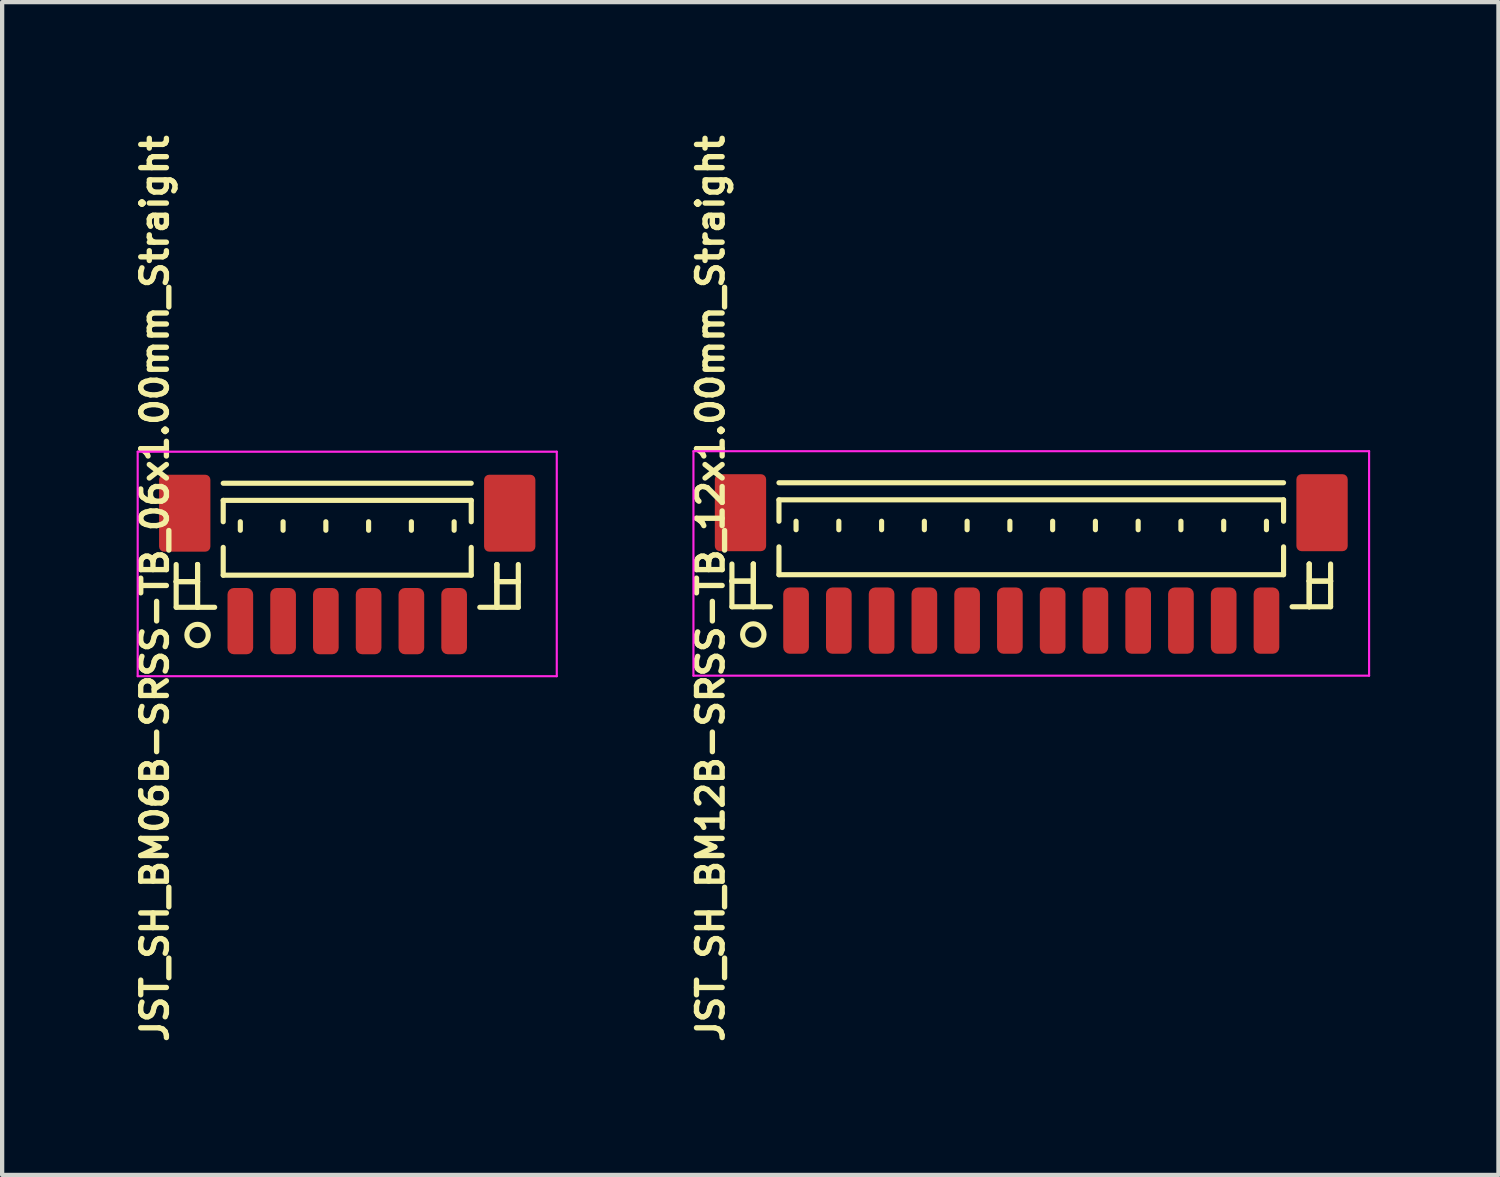
<source format=kicad_pcb>
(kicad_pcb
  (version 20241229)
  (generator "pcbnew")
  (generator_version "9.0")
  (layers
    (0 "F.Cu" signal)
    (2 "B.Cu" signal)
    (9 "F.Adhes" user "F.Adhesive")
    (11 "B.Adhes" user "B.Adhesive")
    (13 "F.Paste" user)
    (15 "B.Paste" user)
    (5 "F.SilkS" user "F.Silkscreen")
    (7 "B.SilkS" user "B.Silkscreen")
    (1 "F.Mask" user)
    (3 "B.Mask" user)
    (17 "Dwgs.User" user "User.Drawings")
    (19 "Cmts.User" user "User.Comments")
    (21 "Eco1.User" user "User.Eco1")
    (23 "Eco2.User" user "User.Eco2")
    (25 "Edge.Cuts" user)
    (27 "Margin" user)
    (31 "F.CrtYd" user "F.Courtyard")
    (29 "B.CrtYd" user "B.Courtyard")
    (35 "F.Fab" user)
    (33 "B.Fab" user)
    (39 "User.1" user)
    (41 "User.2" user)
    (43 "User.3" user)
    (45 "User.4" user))
  (footprint "JST_SH_BM12B-SRSS-TB_12x1.00mm_Straight"
    (layer "F.Cu")
    (at 21.066 10.201)
    (property "Reference" "JST_SH_BM12B-SRSS-TB_12x1.00mm_Straight" (at -7.5 0.512 90) (layer "F.SilkS") (effects (font (size 0.6 0.6) (thickness 0.125))))
    (attr smd)
    (fp_line (start -7 -0.062) (end -7 0.938) (stroke (width 0.12) (type solid)) (layer "F.SilkS"))
    (fp_line (start -7 0.338) (end -7 0.338) (stroke (width 0.12) (type solid)) (layer "F.SilkS"))
    (fp_line (start -7 0.338) (end -6.5 0.338) (stroke (width 0.12) (type solid)) (layer "F.SilkS"))
    (fp_line (start -7 0.938) (end -6.1 0.938) (stroke (width 0.12) (type solid)) (layer "F.SilkS"))
    (fp_line (start -6.5 -0.062) (end -6.5 -0.062) (stroke (width 0.12) (type solid)) (layer "F.SilkS"))
    (fp_line (start -6.5 -0.062) (end -6.5 0.938) (stroke (width 0.12) (type solid)) (layer "F.SilkS"))
    (fp_line (start -6.5 0.338) (end -7 0.338) (stroke (width 0.12) (type solid)) (layer "F.SilkS"))
    (fp_line (start -6.5 0.338) (end -6.5 0.338) (stroke (width 0.12) (type solid)) (layer "F.SilkS"))
    (fp_line (start -6.5 0.938) (end -6.5 -0.062) (stroke (width 0.12) (type solid)) (layer "F.SilkS"))
    (fp_line (start -6.5 0.938) (end -6.5 0.938) (stroke (width 0.12) (type solid)) (layer "F.SilkS"))
    (fp_line (start -5.9 -1.962) (end 5.9 -1.962) (stroke (width 0.12) (type solid)) (layer "F.SilkS"))
    (fp_line (start -5.9 -1.562) (end 5.9 -1.562) (stroke (width 0.12) (type solid)) (layer "F.SilkS"))
    (fp_line (start -5.9 -1.062) (end -5.9 -1.562) (stroke (width 0.12) (type solid)) (layer "F.SilkS"))
    (fp_line (start -5.9 -0.463) (end -5.9 0.188) (stroke (width 0.12) (type solid)) (layer "F.SilkS"))
    (fp_line (start -5.9 0.188) (end 5.9 0.188) (stroke (width 0.12) (type solid)) (layer "F.SilkS"))
    (fp_line (start -5.5 -1.062) (end -5.5 -0.863) (stroke (width 0.12) (type solid)) (layer "F.SilkS"))
    (fp_line (start -4.5 -1.062) (end -4.5 -0.863) (stroke (width 0.12) (type solid)) (layer "F.SilkS"))
    (fp_line (start -3.5 -1.062) (end -3.5 -0.863) (stroke (width 0.12) (type solid)) (layer "F.SilkS"))
    (fp_line (start -2.5 -1.062) (end -2.5 -0.863) (stroke (width 0.12) (type solid)) (layer "F.SilkS"))
    (fp_line (start -1.5 -1.062) (end -1.5 -0.863) (stroke (width 0.12) (type solid)) (layer "F.SilkS"))
    (fp_line (start -0.5 -1.062) (end -0.5 -0.863) (stroke (width 0.12) (type solid)) (layer "F.SilkS"))
    (fp_line (start 0.5 -1.062) (end 0.5 -0.863) (stroke (width 0.12) (type solid)) (layer "F.SilkS"))
    (fp_line (start 1.5 -1.062) (end 1.5 -0.863) (stroke (width 0.12) (type solid)) (layer "F.SilkS"))
    (fp_line (start 2.5 -1.062) (end 2.5 -0.863) (stroke (width 0.12) (type solid)) (layer "F.SilkS"))
    (fp_line (start 3.5 -1.062) (end 3.5 -0.863) (stroke (width 0.12) (type solid)) (layer "F.SilkS"))
    (fp_line (start 4.5 -1.062) (end 4.5 -0.863) (stroke (width 0.12) (type solid)) (layer "F.SilkS"))
    (fp_line (start 5.5 -1.062) (end 5.5 -0.863) (stroke (width 0.12) (type solid)) (layer "F.SilkS"))
    (fp_line (start 5.9 -1.562) (end 5.9 -1.062) (stroke (width 0.12) (type solid)) (layer "F.SilkS"))
    (fp_line (start 5.9 0.188) (end 5.9 -0.463) (stroke (width 0.12) (type solid)) (layer "F.SilkS"))
    (fp_line (start 6.5 -0.062) (end 6.5 -0.062) (stroke (width 0.12) (type solid)) (layer "F.SilkS"))
    (fp_line (start 6.5 -0.062) (end 6.5 0.938) (stroke (width 0.12) (type solid)) (layer "F.SilkS"))
    (fp_line (start 6.5 0.338) (end 6.5 0.338) (stroke (width 0.12) (type solid)) (layer "F.SilkS"))
    (fp_line (start 6.5 0.338) (end 7 0.338) (stroke (width 0.12) (type solid)) (layer "F.SilkS"))
    (fp_line (start 6.5 0.938) (end 6.5 -0.062) (stroke (width 0.12) (type solid)) (layer "F.SilkS"))
    (fp_line (start 6.5 0.938) (end 6.5 0.938) (stroke (width 0.12) (type solid)) (layer "F.SilkS"))
    (fp_line (start 7 -0.062) (end 7 0.938) (stroke (width 0.12) (type solid)) (layer "F.SilkS"))
    (fp_line (start 7 0.338) (end 6.5 0.338) (stroke (width 0.12) (type solid)) (layer "F.SilkS"))
    (fp_line (start 7 0.338) (end 7 0.338) (stroke (width 0.12) (type solid)) (layer "F.SilkS"))
    (fp_line (start 7 0.938) (end 6.1 0.938) (stroke (width 0.12) (type solid)) (layer "F.SilkS"))
    (fp_circle (center -6.5 1.587) (end -6.25 1.587) (stroke (width 0.12) (type solid)) (fill no) (layer "F.SilkS"))
    (fp_line (start -7.9 -2.7) (end 7.9 -2.7) (stroke (width 0.05) (type solid)) (layer "F.CrtYd"))
    (fp_line (start -7.9 2.55) (end -7.9 -2.7) (stroke (width 0.05) (type solid)) (layer "F.CrtYd"))
    (fp_line (start 7.9 -2.7) (end 7.9 2.55) (stroke (width 0.05) (type solid)) (layer "F.CrtYd"))
    (fp_line (start 7.9 2.55) (end -7.9 2.55) (stroke (width 0.05) (type solid)) (layer "F.CrtYd"))
    (pad "1" smd roundrect (at -5.5 1.262) (size 0.6 1.55) (layers "F.Cu" "F.Mask" "F.Paste") (roundrect_rratio 0.25))
    (pad "2" smd roundrect (at -4.5 1.262) (size 0.6 1.55) (layers "F.Cu" "F.Mask" "F.Paste") (roundrect_rratio 0.25))
    (pad "3" smd roundrect (at -3.5 1.262) (size 0.6 1.55) (layers "F.Cu" "F.Mask" "F.Paste") (roundrect_rratio 0.25))
    (pad "4" smd roundrect (at -2.5 1.262) (size 0.6 1.55) (layers "F.Cu" "F.Mask" "F.Paste") (roundrect_rratio 0.25))
    (pad "5" smd roundrect (at -1.5 1.262) (size 0.6 1.55) (layers "F.Cu" "F.Mask" "F.Paste") (roundrect_rratio 0.25))
    (pad "6" smd roundrect (at -0.5 1.262) (size 0.6 1.55) (layers "F.Cu" "F.Mask" "F.Paste") (roundrect_rratio 0.25))
    (pad "7" smd roundrect (at 0.5 1.262) (size 0.6 1.55) (layers "F.Cu" "F.Mask" "F.Paste") (roundrect_rratio 0.25))
    (pad "8" smd roundrect (at 1.5 1.262) (size 0.6 1.55) (layers "F.Cu" "F.Mask" "F.Paste") (roundrect_rratio 0.25))
    (pad "9" smd roundrect (at 2.5 1.262) (size 0.6 1.55) (layers "F.Cu" "F.Mask" "F.Paste") (roundrect_rratio 0.25))
    (pad "10" smd roundrect (at 3.5 1.262) (size 0.6 1.55) (layers "F.Cu" "F.Mask" "F.Paste") (roundrect_rratio 0.25))
    (pad "11" smd roundrect (at 4.5 1.262) (size 0.6 1.55) (layers "F.Cu" "F.Mask" "F.Paste") (roundrect_rratio 0.25))
    (pad "12" smd roundrect (at 5.5 1.262) (size 0.6 1.55) (layers "F.Cu" "F.Mask" "F.Paste") (roundrect_rratio 0.25))
    (pad "13" smd roundrect (at -6.8 -1.262) (size 1.2 1.8) (layers "F.Cu" "F.Mask" "F.Paste") (roundrect_rratio 0.1))
    (pad "13" smd roundrect (at 6.8 -1.262) (size 1.2 1.8) (layers "F.Cu" "F.Mask" "F.Paste") (roundrect_rratio 0.1)))
  (footprint "JST_SH_BM06B-SRSS-TB_06x1.00mm_Straight"
    (layer "F.Cu")
    (at 5.07 10.213)
    (property "Reference" "JST_SH_BM06B-SRSS-TB_06x1.00mm_Straight" (at -4.5 0.5 90) (layer "F.SilkS") (effects (font (size 0.6 0.6) (thickness 0.125))))
    (attr smd)
    (fp_line (start -4 -0.062) (end -4 0.938) (stroke (width 0.12) (type solid)) (layer "F.SilkS"))
    (fp_line (start -4 0.338) (end -4 0.338) (stroke (width 0.12) (type solid)) (layer "F.SilkS"))
    (fp_line (start -4 0.338) (end -3.5 0.338) (stroke (width 0.12) (type solid)) (layer "F.SilkS"))
    (fp_line (start -4 0.938) (end -3.1 0.938) (stroke (width 0.12) (type solid)) (layer "F.SilkS"))
    (fp_line (start -3.5 -0.062) (end -3.5 -0.062) (stroke (width 0.12) (type solid)) (layer "F.SilkS"))
    (fp_line (start -3.5 -0.062) (end -3.5 0.938) (stroke (width 0.12) (type solid)) (layer "F.SilkS"))
    (fp_line (start -3.5 0.338) (end -4 0.338) (stroke (width 0.12) (type solid)) (layer "F.SilkS"))
    (fp_line (start -3.5 0.338) (end -3.5 0.338) (stroke (width 0.12) (type solid)) (layer "F.SilkS"))
    (fp_line (start -3.5 0.938) (end -3.5 -0.062) (stroke (width 0.12) (type solid)) (layer "F.SilkS"))
    (fp_line (start -3.5 0.938) (end -3.5 0.938) (stroke (width 0.12) (type solid)) (layer "F.SilkS"))
    (fp_line (start -2.9 -1.962) (end 2.9 -1.962) (stroke (width 0.12) (type solid)) (layer "F.SilkS"))
    (fp_line (start -2.9 -1.562) (end 2.9 -1.562) (stroke (width 0.12) (type solid)) (layer "F.SilkS"))
    (fp_line (start -2.9 -1.062) (end -2.9 -1.562) (stroke (width 0.12) (type solid)) (layer "F.SilkS"))
    (fp_line (start -2.9 -0.463) (end -2.9 0.188) (stroke (width 0.12) (type solid)) (layer "F.SilkS"))
    (fp_line (start -2.9 0.188) (end 2.9 0.188) (stroke (width 0.12) (type solid)) (layer "F.SilkS"))
    (fp_line (start -2.5 -1.062) (end -2.5 -0.863) (stroke (width 0.12) (type solid)) (layer "F.SilkS"))
    (fp_line (start -1.5 -1.062) (end -1.5 -0.863) (stroke (width 0.12) (type solid)) (layer "F.SilkS"))
    (fp_line (start -0.5 -1.062) (end -0.5 -0.863) (stroke (width 0.12) (type solid)) (layer "F.SilkS"))
    (fp_line (start 0.5 -1.062) (end 0.5 -0.863) (stroke (width 0.12) (type solid)) (layer "F.SilkS"))
    (fp_line (start 1.5 -1.062) (end 1.5 -0.863) (stroke (width 0.12) (type solid)) (layer "F.SilkS"))
    (fp_line (start 2.5 -1.062) (end 2.5 -0.863) (stroke (width 0.12) (type solid)) (layer "F.SilkS"))
    (fp_line (start 2.9 -1.562) (end 2.9 -1.062) (stroke (width 0.12) (type solid)) (layer "F.SilkS"))
    (fp_line (start 2.9 0.188) (end 2.9 -0.463) (stroke (width 0.12) (type solid)) (layer "F.SilkS"))
    (fp_line (start 3.5 -0.062) (end 3.5 -0.062) (stroke (width 0.12) (type solid)) (layer "F.SilkS"))
    (fp_line (start 3.5 -0.062) (end 3.5 0.938) (stroke (width 0.12) (type solid)) (layer "F.SilkS"))
    (fp_line (start 3.5 0.338) (end 3.5 0.338) (stroke (width 0.12) (type solid)) (layer "F.SilkS"))
    (fp_line (start 3.5 0.338) (end 4 0.338) (stroke (width 0.12) (type solid)) (layer "F.SilkS"))
    (fp_line (start 3.5 0.938) (end 3.5 -0.062) (stroke (width 0.12) (type solid)) (layer "F.SilkS"))
    (fp_line (start 3.5 0.938) (end 3.5 0.938) (stroke (width 0.12) (type solid)) (layer "F.SilkS"))
    (fp_line (start 4 -0.062) (end 4 0.938) (stroke (width 0.12) (type solid)) (layer "F.SilkS"))
    (fp_line (start 4 0.338) (end 3.5 0.338) (stroke (width 0.12) (type solid)) (layer "F.SilkS"))
    (fp_line (start 4 0.338) (end 4 0.338) (stroke (width 0.12) (type solid)) (layer "F.SilkS"))
    (fp_line (start 4 0.938) (end 3.1 0.938) (stroke (width 0.12) (type solid)) (layer "F.SilkS"))
    (fp_circle (center -3.5 1.587) (end -3.25 1.587) (stroke (width 0.12) (type solid)) (fill no) (layer "F.SilkS"))
    (fp_line (start -4.9 -2.7) (end 4.9 -2.7) (stroke (width 0.05) (type solid)) (layer "F.CrtYd"))
    (fp_line (start -4.9 2.55) (end -4.9 -2.7) (stroke (width 0.05) (type solid)) (layer "F.CrtYd"))
    (fp_line (start 4.9 -2.7) (end 4.9 2.55) (stroke (width 0.05) (type solid)) (layer "F.CrtYd"))
    (fp_line (start 4.9 2.55) (end -4.9 2.55) (stroke (width 0.05) (type solid)) (layer "F.CrtYd"))
    (pad "1" smd roundrect (at -2.5 1.262) (size 0.6 1.55) (layers "F.Cu" "F.Mask" "F.Paste") (roundrect_rratio 0.25))
    (pad "2" smd roundrect (at -1.5 1.262) (size 0.6 1.55) (layers "F.Cu" "F.Mask" "F.Paste") (roundrect_rratio 0.25))
    (pad "3" smd roundrect (at -0.5 1.262) (size 0.6 1.55) (layers "F.Cu" "F.Mask" "F.Paste") (roundrect_rratio 0.25))
    (pad "4" smd roundrect (at 0.5 1.262) (size 0.6 1.55) (layers "F.Cu" "F.Mask" "F.Paste") (roundrect_rratio 0.25))
    (pad "5" smd roundrect (at 1.5 1.262) (size 0.6 1.55) (layers "F.Cu" "F.Mask" "F.Paste") (roundrect_rratio 0.25))
    (pad "6" smd roundrect (at 2.5 1.262) (size 0.6 1.55) (layers "F.Cu" "F.Mask" "F.Paste") (roundrect_rratio 0.25))
    (pad "7" smd roundrect (at -3.8 -1.262) (size 1.2 1.8) (layers "F.Cu" "F.Mask" "F.Paste") (roundrect_rratio 0.1))
    (pad "7" smd roundrect (at 3.8 -1.262) (size 1.2 1.8) (layers "F.Cu" "F.Mask" "F.Paste") (roundrect_rratio 0.1)))
  (gr_rect
    (start -3 -3)
    (end 31.991 24.426)
    (stroke (width 0.1) (type default))
    (fill no)
    (layer "Edge.Cuts")))
</source>
